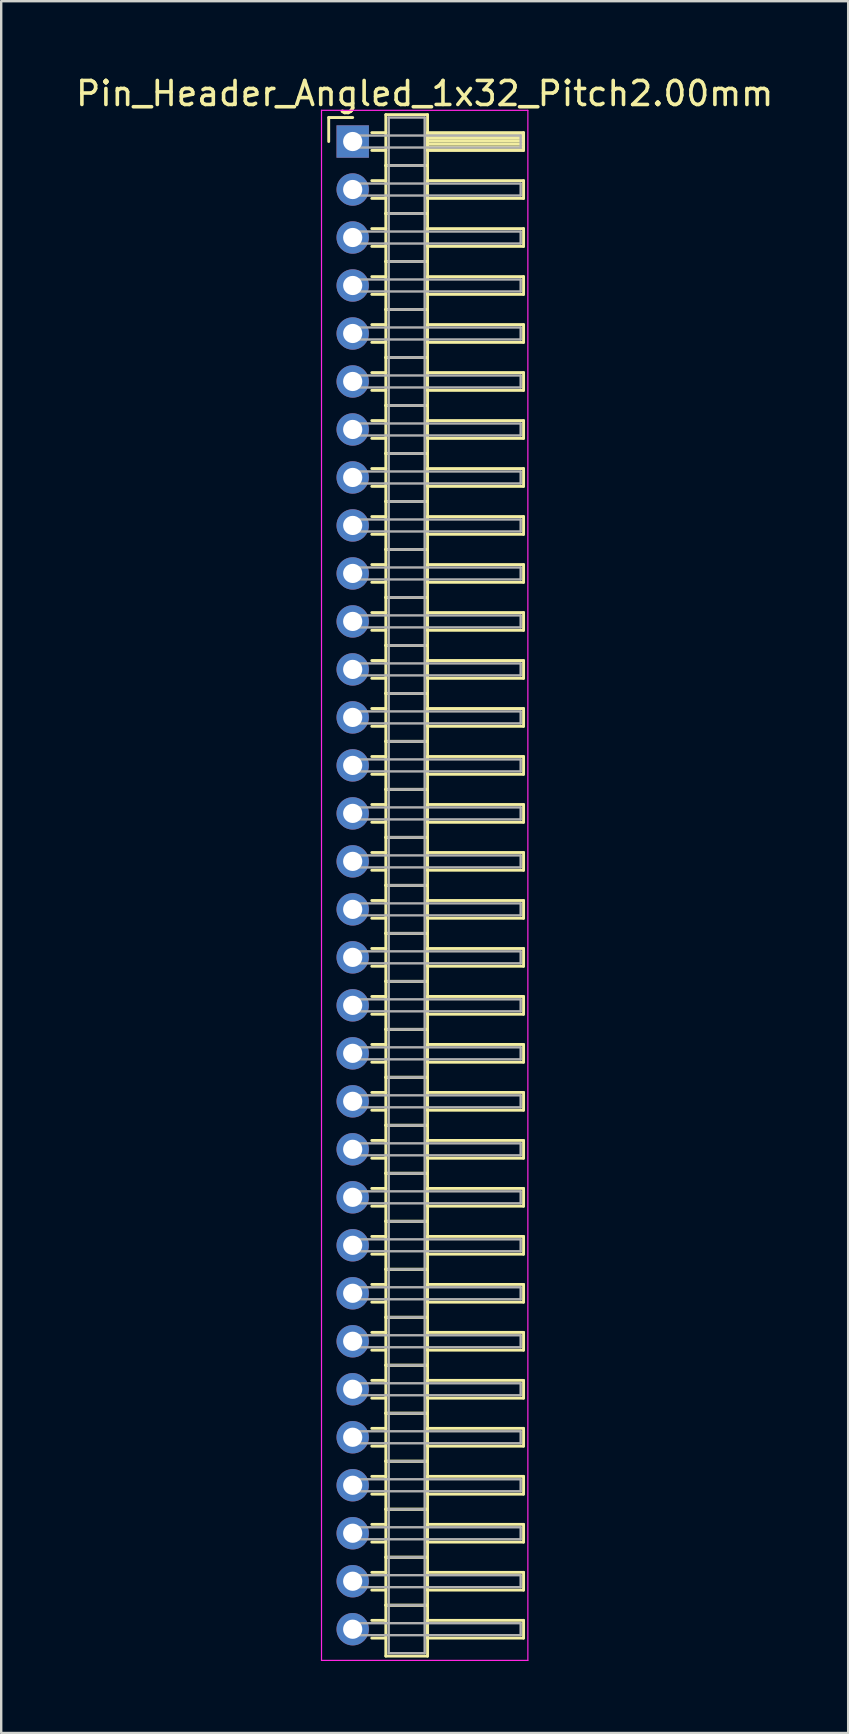
<source format=kicad_pcb>
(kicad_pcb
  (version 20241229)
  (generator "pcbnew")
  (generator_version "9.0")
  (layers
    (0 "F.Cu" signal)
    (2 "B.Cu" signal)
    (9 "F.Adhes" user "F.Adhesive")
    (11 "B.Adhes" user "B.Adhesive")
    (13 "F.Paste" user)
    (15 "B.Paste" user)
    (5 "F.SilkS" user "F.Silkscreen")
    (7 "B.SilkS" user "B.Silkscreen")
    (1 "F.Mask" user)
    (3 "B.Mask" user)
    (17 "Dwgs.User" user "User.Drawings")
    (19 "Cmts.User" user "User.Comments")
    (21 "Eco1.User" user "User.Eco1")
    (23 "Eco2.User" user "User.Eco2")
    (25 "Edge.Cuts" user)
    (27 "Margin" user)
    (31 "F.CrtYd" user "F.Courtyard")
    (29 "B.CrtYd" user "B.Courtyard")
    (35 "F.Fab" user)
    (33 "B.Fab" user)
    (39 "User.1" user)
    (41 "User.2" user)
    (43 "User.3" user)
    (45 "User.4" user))
  (footprint "Pin_Header_Angled_1x32_Pitch2.00mm"
    (layer "F.Cu")
    (at 11.649 2.848)
    (property "Reference" "Pin_Header_Angled_1x32_Pitch2.00mm" (at 3 -2 0) (layer "F.SilkS") (effects (font (size 1 1) (thickness 0.15))))
    (attr through_hole)
    (fp_line (start -1 -1) (end 0 -1) (stroke (width 0.12) (type solid)) (layer "F.SilkS"))
    (fp_line (start -1 0) (end -1 -1) (stroke (width 0.12) (type solid)) (layer "F.SilkS"))
    (fp_line (start 0.795 -0.37) (end 1.38 -0.37) (stroke (width 0.12) (type solid)) (layer "F.SilkS"))
    (fp_line (start 0.795 0.37) (end 1.38 0.37) (stroke (width 0.12) (type solid)) (layer "F.SilkS"))
    (fp_line (start 0.795 1.63) (end 1.38 1.63) (stroke (width 0.12) (type solid)) (layer "F.SilkS"))
    (fp_line (start 0.795 2.37) (end 1.38 2.37) (stroke (width 0.12) (type solid)) (layer "F.SilkS"))
    (fp_line (start 0.795 3.63) (end 1.38 3.63) (stroke (width 0.12) (type solid)) (layer "F.SilkS"))
    (fp_line (start 0.795 4.37) (end 1.38 4.37) (stroke (width 0.12) (type solid)) (layer "F.SilkS"))
    (fp_line (start 0.795 5.63) (end 1.38 5.63) (stroke (width 0.12) (type solid)) (layer "F.SilkS"))
    (fp_line (start 0.795 6.37) (end 1.38 6.37) (stroke (width 0.12) (type solid)) (layer "F.SilkS"))
    (fp_line (start 0.795 7.63) (end 1.38 7.63) (stroke (width 0.12) (type solid)) (layer "F.SilkS"))
    (fp_line (start 0.795 8.37) (end 1.38 8.37) (stroke (width 0.12) (type solid)) (layer "F.SilkS"))
    (fp_line (start 0.795 9.63) (end 1.38 9.63) (stroke (width 0.12) (type solid)) (layer "F.SilkS"))
    (fp_line (start 0.795 10.37) (end 1.38 10.37) (stroke (width 0.12) (type solid)) (layer "F.SilkS"))
    (fp_line (start 0.795 11.63) (end 1.38 11.63) (stroke (width 0.12) (type solid)) (layer "F.SilkS"))
    (fp_line (start 0.795 12.37) (end 1.38 12.37) (stroke (width 0.12) (type solid)) (layer "F.SilkS"))
    (fp_line (start 0.795 13.63) (end 1.38 13.63) (stroke (width 0.12) (type solid)) (layer "F.SilkS"))
    (fp_line (start 0.795 14.37) (end 1.38 14.37) (stroke (width 0.12) (type solid)) (layer "F.SilkS"))
    (fp_line (start 0.795 15.63) (end 1.38 15.63) (stroke (width 0.12) (type solid)) (layer "F.SilkS"))
    (fp_line (start 0.795 16.37) (end 1.38 16.37) (stroke (width 0.12) (type solid)) (layer "F.SilkS"))
    (fp_line (start 0.795 17.63) (end 1.38 17.63) (stroke (width 0.12) (type solid)) (layer "F.SilkS"))
    (fp_line (start 0.795 18.37) (end 1.38 18.37) (stroke (width 0.12) (type solid)) (layer "F.SilkS"))
    (fp_line (start 0.795 19.63) (end 1.38 19.63) (stroke (width 0.12) (type solid)) (layer "F.SilkS"))
    (fp_line (start 0.795 20.37) (end 1.38 20.37) (stroke (width 0.12) (type solid)) (layer "F.SilkS"))
    (fp_line (start 0.795 21.63) (end 1.38 21.63) (stroke (width 0.12) (type solid)) (layer "F.SilkS"))
    (fp_line (start 0.795 22.37) (end 1.38 22.37) (stroke (width 0.12) (type solid)) (layer "F.SilkS"))
    (fp_line (start 0.795 23.63) (end 1.38 23.63) (stroke (width 0.12) (type solid)) (layer "F.SilkS"))
    (fp_line (start 0.795 24.37) (end 1.38 24.37) (stroke (width 0.12) (type solid)) (layer "F.SilkS"))
    (fp_line (start 0.795 25.63) (end 1.38 25.63) (stroke (width 0.12) (type solid)) (layer "F.SilkS"))
    (fp_line (start 0.795 26.37) (end 1.38 26.37) (stroke (width 0.12) (type solid)) (layer "F.SilkS"))
    (fp_line (start 0.795 27.63) (end 1.38 27.63) (stroke (width 0.12) (type solid)) (layer "F.SilkS"))
    (fp_line (start 0.795 28.37) (end 1.38 28.37) (stroke (width 0.12) (type solid)) (layer "F.SilkS"))
    (fp_line (start 0.795 29.63) (end 1.38 29.63) (stroke (width 0.12) (type solid)) (layer "F.SilkS"))
    (fp_line (start 0.795 30.37) (end 1.38 30.37) (stroke (width 0.12) (type solid)) (layer "F.SilkS"))
    (fp_line (start 0.795 31.63) (end 1.38 31.63) (stroke (width 0.12) (type solid)) (layer "F.SilkS"))
    (fp_line (start 0.795 32.37) (end 1.38 32.37) (stroke (width 0.12) (type solid)) (layer "F.SilkS"))
    (fp_line (start 0.795 33.63) (end 1.38 33.63) (stroke (width 0.12) (type solid)) (layer "F.SilkS"))
    (fp_line (start 0.795 34.37) (end 1.38 34.37) (stroke (width 0.12) (type solid)) (layer "F.SilkS"))
    (fp_line (start 0.795 35.63) (end 1.38 35.63) (stroke (width 0.12) (type solid)) (layer "F.SilkS"))
    (fp_line (start 0.795 36.37) (end 1.38 36.37) (stroke (width 0.12) (type solid)) (layer "F.SilkS"))
    (fp_line (start 0.795 37.63) (end 1.38 37.63) (stroke (width 0.12) (type solid)) (layer "F.SilkS"))
    (fp_line (start 0.795 38.37) (end 1.38 38.37) (stroke (width 0.12) (type solid)) (layer "F.SilkS"))
    (fp_line (start 0.795 39.63) (end 1.38 39.63) (stroke (width 0.12) (type solid)) (layer "F.SilkS"))
    (fp_line (start 0.795 40.37) (end 1.38 40.37) (stroke (width 0.12) (type solid)) (layer "F.SilkS"))
    (fp_line (start 0.795 41.63) (end 1.38 41.63) (stroke (width 0.12) (type solid)) (layer "F.SilkS"))
    (fp_line (start 0.795 42.37) (end 1.38 42.37) (stroke (width 0.12) (type solid)) (layer "F.SilkS"))
    (fp_line (start 0.795 43.63) (end 1.38 43.63) (stroke (width 0.12) (type solid)) (layer "F.SilkS"))
    (fp_line (start 0.795 44.37) (end 1.38 44.37) (stroke (width 0.12) (type solid)) (layer "F.SilkS"))
    (fp_line (start 0.795 45.63) (end 1.38 45.63) (stroke (width 0.12) (type solid)) (layer "F.SilkS"))
    (fp_line (start 0.795 46.37) (end 1.38 46.37) (stroke (width 0.12) (type solid)) (layer "F.SilkS"))
    (fp_line (start 0.795 47.63) (end 1.38 47.63) (stroke (width 0.12) (type solid)) (layer "F.SilkS"))
    (fp_line (start 0.795 48.37) (end 1.38 48.37) (stroke (width 0.12) (type solid)) (layer "F.SilkS"))
    (fp_line (start 0.795 49.63) (end 1.38 49.63) (stroke (width 0.12) (type solid)) (layer "F.SilkS"))
    (fp_line (start 0.795 50.37) (end 1.38 50.37) (stroke (width 0.12) (type solid)) (layer "F.SilkS"))
    (fp_line (start 0.795 51.63) (end 1.38 51.63) (stroke (width 0.12) (type solid)) (layer "F.SilkS"))
    (fp_line (start 0.795 52.37) (end 1.38 52.37) (stroke (width 0.12) (type solid)) (layer "F.SilkS"))
    (fp_line (start 0.795 53.63) (end 1.38 53.63) (stroke (width 0.12) (type solid)) (layer "F.SilkS"))
    (fp_line (start 0.795 54.37) (end 1.38 54.37) (stroke (width 0.12) (type solid)) (layer "F.SilkS"))
    (fp_line (start 0.795 55.63) (end 1.38 55.63) (stroke (width 0.12) (type solid)) (layer "F.SilkS"))
    (fp_line (start 0.795 56.37) (end 1.38 56.37) (stroke (width 0.12) (type solid)) (layer "F.SilkS"))
    (fp_line (start 0.795 57.63) (end 1.38 57.63) (stroke (width 0.12) (type solid)) (layer "F.SilkS"))
    (fp_line (start 0.795 58.37) (end 1.38 58.37) (stroke (width 0.12) (type solid)) (layer "F.SilkS"))
    (fp_line (start 0.795 59.63) (end 1.38 59.63) (stroke (width 0.12) (type solid)) (layer "F.SilkS"))
    (fp_line (start 0.795 60.37) (end 1.38 60.37) (stroke (width 0.12) (type solid)) (layer "F.SilkS"))
    (fp_line (start 0.795 61.63) (end 1.38 61.63) (stroke (width 0.12) (type solid)) (layer "F.SilkS"))
    (fp_line (start 0.795 62.37) (end 1.38 62.37) (stroke (width 0.12) (type solid)) (layer "F.SilkS"))
    (fp_line (start 1.38 -1.12) (end 1.38 1) (stroke (width 0.12) (type solid)) (layer "F.SilkS"))
    (fp_line (start 1.38 1) (end 1.38 3) (stroke (width 0.12) (type solid)) (layer "F.SilkS"))
    (fp_line (start 1.38 1) (end 3.12 1) (stroke (width 0.12) (type solid)) (layer "F.SilkS"))
    (fp_line (start 1.38 3) (end 1.38 5) (stroke (width 0.12) (type solid)) (layer "F.SilkS"))
    (fp_line (start 1.38 3) (end 3.12 3) (stroke (width 0.12) (type solid)) (layer "F.SilkS"))
    (fp_line (start 1.38 5) (end 1.38 7) (stroke (width 0.12) (type solid)) (layer "F.SilkS"))
    (fp_line (start 1.38 5) (end 3.12 5) (stroke (width 0.12) (type solid)) (layer "F.SilkS"))
    (fp_line (start 1.38 7) (end 1.38 9) (stroke (width 0.12) (type solid)) (layer "F.SilkS"))
    (fp_line (start 1.38 7) (end 3.12 7) (stroke (width 0.12) (type solid)) (layer "F.SilkS"))
    (fp_line (start 1.38 9) (end 1.38 11) (stroke (width 0.12) (type solid)) (layer "F.SilkS"))
    (fp_line (start 1.38 9) (end 3.12 9) (stroke (width 0.12) (type solid)) (layer "F.SilkS"))
    (fp_line (start 1.38 11) (end 1.38 13) (stroke (width 0.12) (type solid)) (layer "F.SilkS"))
    (fp_line (start 1.38 11) (end 3.12 11) (stroke (width 0.12) (type solid)) (layer "F.SilkS"))
    (fp_line (start 1.38 13) (end 1.38 15) (stroke (width 0.12) (type solid)) (layer "F.SilkS"))
    (fp_line (start 1.38 13) (end 3.12 13) (stroke (width 0.12) (type solid)) (layer "F.SilkS"))
    (fp_line (start 1.38 15) (end 1.38 17) (stroke (width 0.12) (type solid)) (layer "F.SilkS"))
    (fp_line (start 1.38 15) (end 3.12 15) (stroke (width 0.12) (type solid)) (layer "F.SilkS"))
    (fp_line (start 1.38 17) (end 1.38 19) (stroke (width 0.12) (type solid)) (layer "F.SilkS"))
    (fp_line (start 1.38 17) (end 3.12 17) (stroke (width 0.12) (type solid)) (layer "F.SilkS"))
    (fp_line (start 1.38 19) (end 1.38 21) (stroke (width 0.12) (type solid)) (layer "F.SilkS"))
    (fp_line (start 1.38 19) (end 3.12 19) (stroke (width 0.12) (type solid)) (layer "F.SilkS"))
    (fp_line (start 1.38 21) (end 1.38 23) (stroke (width 0.12) (type solid)) (layer "F.SilkS"))
    (fp_line (start 1.38 21) (end 3.12 21) (stroke (width 0.12) (type solid)) (layer "F.SilkS"))
    (fp_line (start 1.38 23) (end 1.38 25) (stroke (width 0.12) (type solid)) (layer "F.SilkS"))
    (fp_line (start 1.38 23) (end 3.12 23) (stroke (width 0.12) (type solid)) (layer "F.SilkS"))
    (fp_line (start 1.38 25) (end 1.38 27) (stroke (width 0.12) (type solid)) (layer "F.SilkS"))
    (fp_line (start 1.38 25) (end 3.12 25) (stroke (width 0.12) (type solid)) (layer "F.SilkS"))
    (fp_line (start 1.38 27) (end 1.38 29) (stroke (width 0.12) (type solid)) (layer "F.SilkS"))
    (fp_line (start 1.38 27) (end 3.12 27) (stroke (width 0.12) (type solid)) (layer "F.SilkS"))
    (fp_line (start 1.38 29) (end 1.38 31) (stroke (width 0.12) (type solid)) (layer "F.SilkS"))
    (fp_line (start 1.38 29) (end 3.12 29) (stroke (width 0.12) (type solid)) (layer "F.SilkS"))
    (fp_line (start 1.38 31) (end 1.38 33) (stroke (width 0.12) (type solid)) (layer "F.SilkS"))
    (fp_line (start 1.38 31) (end 3.12 31) (stroke (width 0.12) (type solid)) (layer "F.SilkS"))
    (fp_line (start 1.38 33) (end 1.38 35) (stroke (width 0.12) (type solid)) (layer "F.SilkS"))
    (fp_line (start 1.38 33) (end 3.12 33) (stroke (width 0.12) (type solid)) (layer "F.SilkS"))
    (fp_line (start 1.38 35) (end 1.38 37) (stroke (width 0.12) (type solid)) (layer "F.SilkS"))
    (fp_line (start 1.38 35) (end 3.12 35) (stroke (width 0.12) (type solid)) (layer "F.SilkS"))
    (fp_line (start 1.38 37) (end 1.38 39) (stroke (width 0.12) (type solid)) (layer "F.SilkS"))
    (fp_line (start 1.38 37) (end 3.12 37) (stroke (width 0.12) (type solid)) (layer "F.SilkS"))
    (fp_line (start 1.38 39) (end 1.38 41) (stroke (width 0.12) (type solid)) (layer "F.SilkS"))
    (fp_line (start 1.38 39) (end 3.12 39) (stroke (width 0.12) (type solid)) (layer "F.SilkS"))
    (fp_line (start 1.38 41) (end 1.38 43) (stroke (width 0.12) (type solid)) (layer "F.SilkS"))
    (fp_line (start 1.38 41) (end 3.12 41) (stroke (width 0.12) (type solid)) (layer "F.SilkS"))
    (fp_line (start 1.38 43) (end 1.38 45) (stroke (width 0.12) (type solid)) (layer "F.SilkS"))
    (fp_line (start 1.38 43) (end 3.12 43) (stroke (width 0.12) (type solid)) (layer "F.SilkS"))
    (fp_line (start 1.38 45) (end 1.38 47) (stroke (width 0.12) (type solid)) (layer "F.SilkS"))
    (fp_line (start 1.38 45) (end 3.12 45) (stroke (width 0.12) (type solid)) (layer "F.SilkS"))
    (fp_line (start 1.38 47) (end 1.38 49) (stroke (width 0.12) (type solid)) (layer "F.SilkS"))
    (fp_line (start 1.38 47) (end 3.12 47) (stroke (width 0.12) (type solid)) (layer "F.SilkS"))
    (fp_line (start 1.38 49) (end 1.38 51) (stroke (width 0.12) (type solid)) (layer "F.SilkS"))
    (fp_line (start 1.38 49) (end 3.12 49) (stroke (width 0.12) (type solid)) (layer "F.SilkS"))
    (fp_line (start 1.38 51) (end 1.38 53) (stroke (width 0.12) (type solid)) (layer "F.SilkS"))
    (fp_line (start 1.38 51) (end 3.12 51) (stroke (width 0.12) (type solid)) (layer "F.SilkS"))
    (fp_line (start 1.38 53) (end 1.38 55) (stroke (width 0.12) (type solid)) (layer "F.SilkS"))
    (fp_line (start 1.38 53) (end 3.12 53) (stroke (width 0.12) (type solid)) (layer "F.SilkS"))
    (fp_line (start 1.38 55) (end 1.38 57) (stroke (width 0.12) (type solid)) (layer "F.SilkS"))
    (fp_line (start 1.38 55) (end 3.12 55) (stroke (width 0.12) (type solid)) (layer "F.SilkS"))
    (fp_line (start 1.38 57) (end 1.38 59) (stroke (width 0.12) (type solid)) (layer "F.SilkS"))
    (fp_line (start 1.38 57) (end 3.12 57) (stroke (width 0.12) (type solid)) (layer "F.SilkS"))
    (fp_line (start 1.38 59) (end 1.38 61) (stroke (width 0.12) (type solid)) (layer "F.SilkS"))
    (fp_line (start 1.38 59) (end 3.12 59) (stroke (width 0.12) (type solid)) (layer "F.SilkS"))
    (fp_line (start 1.38 61) (end 1.38 63.12) (stroke (width 0.12) (type solid)) (layer "F.SilkS"))
    (fp_line (start 1.38 61) (end 3.12 61) (stroke (width 0.12) (type solid)) (layer "F.SilkS"))
    (fp_line (start 1.38 63.12) (end 3.12 63.12) (stroke (width 0.12) (type solid)) (layer "F.SilkS"))
    (fp_line (start 3.12 -1.12) (end 1.38 -1.12) (stroke (width 0.12) (type solid)) (layer "F.SilkS"))
    (fp_line (start 3.12 -0.37) (end 3.12 0.37) (stroke (width 0.12) (type solid)) (layer "F.SilkS"))
    (fp_line (start 3.12 -0.25) (end 7.12 -0.25) (stroke (width 0.12) (type solid)) (layer "F.SilkS"))
    (fp_line (start 3.12 -0.13) (end 7.12 -0.13) (stroke (width 0.12) (type solid)) (layer "F.SilkS"))
    (fp_line (start 3.12 -0.01) (end 7.12 -0.01) (stroke (width 0.12) (type solid)) (layer "F.SilkS"))
    (fp_line (start 3.12 0.11) (end 7.12 0.11) (stroke (width 0.12) (type solid)) (layer "F.SilkS"))
    (fp_line (start 3.12 0.23) (end 7.12 0.23) (stroke (width 0.12) (type solid)) (layer "F.SilkS"))
    (fp_line (start 3.12 0.35) (end 7.12 0.35) (stroke (width 0.12) (type solid)) (layer "F.SilkS"))
    (fp_line (start 3.12 0.37) (end 7.12 0.37) (stroke (width 0.12) (type solid)) (layer "F.SilkS"))
    (fp_line (start 3.12 1) (end 1.38 1) (stroke (width 0.12) (type solid)) (layer "F.SilkS"))
    (fp_line (start 3.12 1) (end 3.12 -1.12) (stroke (width 0.12) (type solid)) (layer "F.SilkS"))
    (fp_line (start 3.12 1.63) (end 3.12 2.37) (stroke (width 0.12) (type solid)) (layer "F.SilkS"))
    (fp_line (start 3.12 2.37) (end 7.12 2.37) (stroke (width 0.12) (type solid)) (layer "F.SilkS"))
    (fp_line (start 3.12 3) (end 1.38 3) (stroke (width 0.12) (type solid)) (layer "F.SilkS"))
    (fp_line (start 3.12 3) (end 3.12 1) (stroke (width 0.12) (type solid)) (layer "F.SilkS"))
    (fp_line (start 3.12 3.63) (end 3.12 4.37) (stroke (width 0.12) (type solid)) (layer "F.SilkS"))
    (fp_line (start 3.12 4.37) (end 7.12 4.37) (stroke (width 0.12) (type solid)) (layer "F.SilkS"))
    (fp_line (start 3.12 5) (end 1.38 5) (stroke (width 0.12) (type solid)) (layer "F.SilkS"))
    (fp_line (start 3.12 5) (end 3.12 3) (stroke (width 0.12) (type solid)) (layer "F.SilkS"))
    (fp_line (start 3.12 5.63) (end 3.12 6.37) (stroke (width 0.12) (type solid)) (layer "F.SilkS"))
    (fp_line (start 3.12 6.37) (end 7.12 6.37) (stroke (width 0.12) (type solid)) (layer "F.SilkS"))
    (fp_line (start 3.12 7) (end 1.38 7) (stroke (width 0.12) (type solid)) (layer "F.SilkS"))
    (fp_line (start 3.12 7) (end 3.12 5) (stroke (width 0.12) (type solid)) (layer "F.SilkS"))
    (fp_line (start 3.12 7.63) (end 3.12 8.37) (stroke (width 0.12) (type solid)) (layer "F.SilkS"))
    (fp_line (start 3.12 8.37) (end 7.12 8.37) (stroke (width 0.12) (type solid)) (layer "F.SilkS"))
    (fp_line (start 3.12 9) (end 1.38 9) (stroke (width 0.12) (type solid)) (layer "F.SilkS"))
    (fp_line (start 3.12 9) (end 3.12 7) (stroke (width 0.12) (type solid)) (layer "F.SilkS"))
    (fp_line (start 3.12 9.63) (end 3.12 10.37) (stroke (width 0.12) (type solid)) (layer "F.SilkS"))
    (fp_line (start 3.12 10.37) (end 7.12 10.37) (stroke (width 0.12) (type solid)) (layer "F.SilkS"))
    (fp_line (start 3.12 11) (end 1.38 11) (stroke (width 0.12) (type solid)) (layer "F.SilkS"))
    (fp_line (start 3.12 11) (end 3.12 9) (stroke (width 0.12) (type solid)) (layer "F.SilkS"))
    (fp_line (start 3.12 11.63) (end 3.12 12.37) (stroke (width 0.12) (type solid)) (layer "F.SilkS"))
    (fp_line (start 3.12 12.37) (end 7.12 12.37) (stroke (width 0.12) (type solid)) (layer "F.SilkS"))
    (fp_line (start 3.12 13) (end 1.38 13) (stroke (width 0.12) (type solid)) (layer "F.SilkS"))
    (fp_line (start 3.12 13) (end 3.12 11) (stroke (width 0.12) (type solid)) (layer "F.SilkS"))
    (fp_line (start 3.12 13.63) (end 3.12 14.37) (stroke (width 0.12) (type solid)) (layer "F.SilkS"))
    (fp_line (start 3.12 14.37) (end 7.12 14.37) (stroke (width 0.12) (type solid)) (layer "F.SilkS"))
    (fp_line (start 3.12 15) (end 1.38 15) (stroke (width 0.12) (type solid)) (layer "F.SilkS"))
    (fp_line (start 3.12 15) (end 3.12 13) (stroke (width 0.12) (type solid)) (layer "F.SilkS"))
    (fp_line (start 3.12 15.63) (end 3.12 16.37) (stroke (width 0.12) (type solid)) (layer "F.SilkS"))
    (fp_line (start 3.12 16.37) (end 7.12 16.37) (stroke (width 0.12) (type solid)) (layer "F.SilkS"))
    (fp_line (start 3.12 17) (end 1.38 17) (stroke (width 0.12) (type solid)) (layer "F.SilkS"))
    (fp_line (start 3.12 17) (end 3.12 15) (stroke (width 0.12) (type solid)) (layer "F.SilkS"))
    (fp_line (start 3.12 17.63) (end 3.12 18.37) (stroke (width 0.12) (type solid)) (layer "F.SilkS"))
    (fp_line (start 3.12 18.37) (end 7.12 18.37) (stroke (width 0.12) (type solid)) (layer "F.SilkS"))
    (fp_line (start 3.12 19) (end 1.38 19) (stroke (width 0.12) (type solid)) (layer "F.SilkS"))
    (fp_line (start 3.12 19) (end 3.12 17) (stroke (width 0.12) (type solid)) (layer "F.SilkS"))
    (fp_line (start 3.12 19.63) (end 3.12 20.37) (stroke (width 0.12) (type solid)) (layer "F.SilkS"))
    (fp_line (start 3.12 20.37) (end 7.12 20.37) (stroke (width 0.12) (type solid)) (layer "F.SilkS"))
    (fp_line (start 3.12 21) (end 1.38 21) (stroke (width 0.12) (type solid)) (layer "F.SilkS"))
    (fp_line (start 3.12 21) (end 3.12 19) (stroke (width 0.12) (type solid)) (layer "F.SilkS"))
    (fp_line (start 3.12 21.63) (end 3.12 22.37) (stroke (width 0.12) (type solid)) (layer "F.SilkS"))
    (fp_line (start 3.12 22.37) (end 7.12 22.37) (stroke (width 0.12) (type solid)) (layer "F.SilkS"))
    (fp_line (start 3.12 23) (end 1.38 23) (stroke (width 0.12) (type solid)) (layer "F.SilkS"))
    (fp_line (start 3.12 23) (end 3.12 21) (stroke (width 0.12) (type solid)) (layer "F.SilkS"))
    (fp_line (start 3.12 23.63) (end 3.12 24.37) (stroke (width 0.12) (type solid)) (layer "F.SilkS"))
    (fp_line (start 3.12 24.37) (end 7.12 24.37) (stroke (width 0.12) (type solid)) (layer "F.SilkS"))
    (fp_line (start 3.12 25) (end 1.38 25) (stroke (width 0.12) (type solid)) (layer "F.SilkS"))
    (fp_line (start 3.12 25) (end 3.12 23) (stroke (width 0.12) (type solid)) (layer "F.SilkS"))
    (fp_line (start 3.12 25.63) (end 3.12 26.37) (stroke (width 0.12) (type solid)) (layer "F.SilkS"))
    (fp_line (start 3.12 26.37) (end 7.12 26.37) (stroke (width 0.12) (type solid)) (layer "F.SilkS"))
    (fp_line (start 3.12 27) (end 1.38 27) (stroke (width 0.12) (type solid)) (layer "F.SilkS"))
    (fp_line (start 3.12 27) (end 3.12 25) (stroke (width 0.12) (type solid)) (layer "F.SilkS"))
    (fp_line (start 3.12 27.63) (end 3.12 28.37) (stroke (width 0.12) (type solid)) (layer "F.SilkS"))
    (fp_line (start 3.12 28.37) (end 7.12 28.37) (stroke (width 0.12) (type solid)) (layer "F.SilkS"))
    (fp_line (start 3.12 29) (end 1.38 29) (stroke (width 0.12) (type solid)) (layer "F.SilkS"))
    (fp_line (start 3.12 29) (end 3.12 27) (stroke (width 0.12) (type solid)) (layer "F.SilkS"))
    (fp_line (start 3.12 29.63) (end 3.12 30.37) (stroke (width 0.12) (type solid)) (layer "F.SilkS"))
    (fp_line (start 3.12 30.37) (end 7.12 30.37) (stroke (width 0.12) (type solid)) (layer "F.SilkS"))
    (fp_line (start 3.12 31) (end 1.38 31) (stroke (width 0.12) (type solid)) (layer "F.SilkS"))
    (fp_line (start 3.12 31) (end 3.12 29) (stroke (width 0.12) (type solid)) (layer "F.SilkS"))
    (fp_line (start 3.12 31.63) (end 3.12 32.37) (stroke (width 0.12) (type solid)) (layer "F.SilkS"))
    (fp_line (start 3.12 32.37) (end 7.12 32.37) (stroke (width 0.12) (type solid)) (layer "F.SilkS"))
    (fp_line (start 3.12 33) (end 1.38 33) (stroke (width 0.12) (type solid)) (layer "F.SilkS"))
    (fp_line (start 3.12 33) (end 3.12 31) (stroke (width 0.12) (type solid)) (layer "F.SilkS"))
    (fp_line (start 3.12 33.63) (end 3.12 34.37) (stroke (width 0.12) (type solid)) (layer "F.SilkS"))
    (fp_line (start 3.12 34.37) (end 7.12 34.37) (stroke (width 0.12) (type solid)) (layer "F.SilkS"))
    (fp_line (start 3.12 35) (end 1.38 35) (stroke (width 0.12) (type solid)) (layer "F.SilkS"))
    (fp_line (start 3.12 35) (end 3.12 33) (stroke (width 0.12) (type solid)) (layer "F.SilkS"))
    (fp_line (start 3.12 35.63) (end 3.12 36.37) (stroke (width 0.12) (type solid)) (layer "F.SilkS"))
    (fp_line (start 3.12 36.37) (end 7.12 36.37) (stroke (width 0.12) (type solid)) (layer "F.SilkS"))
    (fp_line (start 3.12 37) (end 1.38 37) (stroke (width 0.12) (type solid)) (layer "F.SilkS"))
    (fp_line (start 3.12 37) (end 3.12 35) (stroke (width 0.12) (type solid)) (layer "F.SilkS"))
    (fp_line (start 3.12 37.63) (end 3.12 38.37) (stroke (width 0.12) (type solid)) (layer "F.SilkS"))
    (fp_line (start 3.12 38.37) (end 7.12 38.37) (stroke (width 0.12) (type solid)) (layer "F.SilkS"))
    (fp_line (start 3.12 39) (end 1.38 39) (stroke (width 0.12) (type solid)) (layer "F.SilkS"))
    (fp_line (start 3.12 39) (end 3.12 37) (stroke (width 0.12) (type solid)) (layer "F.SilkS"))
    (fp_line (start 3.12 39.63) (end 3.12 40.37) (stroke (width 0.12) (type solid)) (layer "F.SilkS"))
    (fp_line (start 3.12 40.37) (end 7.12 40.37) (stroke (width 0.12) (type solid)) (layer "F.SilkS"))
    (fp_line (start 3.12 41) (end 1.38 41) (stroke (width 0.12) (type solid)) (layer "F.SilkS"))
    (fp_line (start 3.12 41) (end 3.12 39) (stroke (width 0.12) (type solid)) (layer "F.SilkS"))
    (fp_line (start 3.12 41.63) (end 3.12 42.37) (stroke (width 0.12) (type solid)) (layer "F.SilkS"))
    (fp_line (start 3.12 42.37) (end 7.12 42.37) (stroke (width 0.12) (type solid)) (layer "F.SilkS"))
    (fp_line (start 3.12 43) (end 1.38 43) (stroke (width 0.12) (type solid)) (layer "F.SilkS"))
    (fp_line (start 3.12 43) (end 3.12 41) (stroke (width 0.12) (type solid)) (layer "F.SilkS"))
    (fp_line (start 3.12 43.63) (end 3.12 44.37) (stroke (width 0.12) (type solid)) (layer "F.SilkS"))
    (fp_line (start 3.12 44.37) (end 7.12 44.37) (stroke (width 0.12) (type solid)) (layer "F.SilkS"))
    (fp_line (start 3.12 45) (end 1.38 45) (stroke (width 0.12) (type solid)) (layer "F.SilkS"))
    (fp_line (start 3.12 45) (end 3.12 43) (stroke (width 0.12) (type solid)) (layer "F.SilkS"))
    (fp_line (start 3.12 45.63) (end 3.12 46.37) (stroke (width 0.12) (type solid)) (layer "F.SilkS"))
    (fp_line (start 3.12 46.37) (end 7.12 46.37) (stroke (width 0.12) (type solid)) (layer "F.SilkS"))
    (fp_line (start 3.12 47) (end 1.38 47) (stroke (width 0.12) (type solid)) (layer "F.SilkS"))
    (fp_line (start 3.12 47) (end 3.12 45) (stroke (width 0.12) (type solid)) (layer "F.SilkS"))
    (fp_line (start 3.12 47.63) (end 3.12 48.37) (stroke (width 0.12) (type solid)) (layer "F.SilkS"))
    (fp_line (start 3.12 48.37) (end 7.12 48.37) (stroke (width 0.12) (type solid)) (layer "F.SilkS"))
    (fp_line (start 3.12 49) (end 1.38 49) (stroke (width 0.12) (type solid)) (layer "F.SilkS"))
    (fp_line (start 3.12 49) (end 3.12 47) (stroke (width 0.12) (type solid)) (layer "F.SilkS"))
    (fp_line (start 3.12 49.63) (end 3.12 50.37) (stroke (width 0.12) (type solid)) (layer "F.SilkS"))
    (fp_line (start 3.12 50.37) (end 7.12 50.37) (stroke (width 0.12) (type solid)) (layer "F.SilkS"))
    (fp_line (start 3.12 51) (end 1.38 51) (stroke (width 0.12) (type solid)) (layer "F.SilkS"))
    (fp_line (start 3.12 51) (end 3.12 49) (stroke (width 0.12) (type solid)) (layer "F.SilkS"))
    (fp_line (start 3.12 51.63) (end 3.12 52.37) (stroke (width 0.12) (type solid)) (layer "F.SilkS"))
    (fp_line (start 3.12 52.37) (end 7.12 52.37) (stroke (width 0.12) (type solid)) (layer "F.SilkS"))
    (fp_line (start 3.12 53) (end 1.38 53) (stroke (width 0.12) (type solid)) (layer "F.SilkS"))
    (fp_line (start 3.12 53) (end 3.12 51) (stroke (width 0.12) (type solid)) (layer "F.SilkS"))
    (fp_line (start 3.12 53.63) (end 3.12 54.37) (stroke (width 0.12) (type solid)) (layer "F.SilkS"))
    (fp_line (start 3.12 54.37) (end 7.12 54.37) (stroke (width 0.12) (type solid)) (layer "F.SilkS"))
    (fp_line (start 3.12 55) (end 1.38 55) (stroke (width 0.12) (type solid)) (layer "F.SilkS"))
    (fp_line (start 3.12 55) (end 3.12 53) (stroke (width 0.12) (type solid)) (layer "F.SilkS"))
    (fp_line (start 3.12 55.63) (end 3.12 56.37) (stroke (width 0.12) (type solid)) (layer "F.SilkS"))
    (fp_line (start 3.12 56.37) (end 7.12 56.37) (stroke (width 0.12) (type solid)) (layer "F.SilkS"))
    (fp_line (start 3.12 57) (end 1.38 57) (stroke (width 0.12) (type solid)) (layer "F.SilkS"))
    (fp_line (start 3.12 57) (end 3.12 55) (stroke (width 0.12) (type solid)) (layer "F.SilkS"))
    (fp_line (start 3.12 57.63) (end 3.12 58.37) (stroke (width 0.12) (type solid)) (layer "F.SilkS"))
    (fp_line (start 3.12 58.37) (end 7.12 58.37) (stroke (width 0.12) (type solid)) (layer "F.SilkS"))
    (fp_line (start 3.12 59) (end 1.38 59) (stroke (width 0.12) (type solid)) (layer "F.SilkS"))
    (fp_line (start 3.12 59) (end 3.12 57) (stroke (width 0.12) (type solid)) (layer "F.SilkS"))
    (fp_line (start 3.12 59.63) (end 3.12 60.37) (stroke (width 0.12) (type solid)) (layer "F.SilkS"))
    (fp_line (start 3.12 60.37) (end 7.12 60.37) (stroke (width 0.12) (type solid)) (layer "F.SilkS"))
    (fp_line (start 3.12 61) (end 1.38 61) (stroke (width 0.12) (type solid)) (layer "F.SilkS"))
    (fp_line (start 3.12 61) (end 3.12 59) (stroke (width 0.12) (type solid)) (layer "F.SilkS"))
    (fp_line (start 3.12 61.63) (end 3.12 62.37) (stroke (width 0.12) (type solid)) (layer "F.SilkS"))
    (fp_line (start 3.12 62.37) (end 7.12 62.37) (stroke (width 0.12) (type solid)) (layer "F.SilkS"))
    (fp_line (start 3.12 63.12) (end 3.12 61) (stroke (width 0.12) (type solid)) (layer "F.SilkS"))
    (fp_line (start 7.12 -0.37) (end 3.12 -0.37) (stroke (width 0.12) (type solid)) (layer "F.SilkS"))
    (fp_line (start 7.12 0.37) (end 7.12 -0.37) (stroke (width 0.12) (type solid)) (layer "F.SilkS"))
    (fp_line (start 7.12 1.63) (end 3.12 1.63) (stroke (width 0.12) (type solid)) (layer "F.SilkS"))
    (fp_line (start 7.12 2.37) (end 7.12 1.63) (stroke (width 0.12) (type solid)) (layer "F.SilkS"))
    (fp_line (start 7.12 3.63) (end 3.12 3.63) (stroke (width 0.12) (type solid)) (layer "F.SilkS"))
    (fp_line (start 7.12 4.37) (end 7.12 3.63) (stroke (width 0.12) (type solid)) (layer "F.SilkS"))
    (fp_line (start 7.12 5.63) (end 3.12 5.63) (stroke (width 0.12) (type solid)) (layer "F.SilkS"))
    (fp_line (start 7.12 6.37) (end 7.12 5.63) (stroke (width 0.12) (type solid)) (layer "F.SilkS"))
    (fp_line (start 7.12 7.63) (end 3.12 7.63) (stroke (width 0.12) (type solid)) (layer "F.SilkS"))
    (fp_line (start 7.12 8.37) (end 7.12 7.63) (stroke (width 0.12) (type solid)) (layer "F.SilkS"))
    (fp_line (start 7.12 9.63) (end 3.12 9.63) (stroke (width 0.12) (type solid)) (layer "F.SilkS"))
    (fp_line (start 7.12 10.37) (end 7.12 9.63) (stroke (width 0.12) (type solid)) (layer "F.SilkS"))
    (fp_line (start 7.12 11.63) (end 3.12 11.63) (stroke (width 0.12) (type solid)) (layer "F.SilkS"))
    (fp_line (start 7.12 12.37) (end 7.12 11.63) (stroke (width 0.12) (type solid)) (layer "F.SilkS"))
    (fp_line (start 7.12 13.63) (end 3.12 13.63) (stroke (width 0.12) (type solid)) (layer "F.SilkS"))
    (fp_line (start 7.12 14.37) (end 7.12 13.63) (stroke (width 0.12) (type solid)) (layer "F.SilkS"))
    (fp_line (start 7.12 15.63) (end 3.12 15.63) (stroke (width 0.12) (type solid)) (layer "F.SilkS"))
    (fp_line (start 7.12 16.37) (end 7.12 15.63) (stroke (width 0.12) (type solid)) (layer "F.SilkS"))
    (fp_line (start 7.12 17.63) (end 3.12 17.63) (stroke (width 0.12) (type solid)) (layer "F.SilkS"))
    (fp_line (start 7.12 18.37) (end 7.12 17.63) (stroke (width 0.12) (type solid)) (layer "F.SilkS"))
    (fp_line (start 7.12 19.63) (end 3.12 19.63) (stroke (width 0.12) (type solid)) (layer "F.SilkS"))
    (fp_line (start 7.12 20.37) (end 7.12 19.63) (stroke (width 0.12) (type solid)) (layer "F.SilkS"))
    (fp_line (start 7.12 21.63) (end 3.12 21.63) (stroke (width 0.12) (type solid)) (layer "F.SilkS"))
    (fp_line (start 7.12 22.37) (end 7.12 21.63) (stroke (width 0.12) (type solid)) (layer "F.SilkS"))
    (fp_line (start 7.12 23.63) (end 3.12 23.63) (stroke (width 0.12) (type solid)) (layer "F.SilkS"))
    (fp_line (start 7.12 24.37) (end 7.12 23.63) (stroke (width 0.12) (type solid)) (layer "F.SilkS"))
    (fp_line (start 7.12 25.63) (end 3.12 25.63) (stroke (width 0.12) (type solid)) (layer "F.SilkS"))
    (fp_line (start 7.12 26.37) (end 7.12 25.63) (stroke (width 0.12) (type solid)) (layer "F.SilkS"))
    (fp_line (start 7.12 27.63) (end 3.12 27.63) (stroke (width 0.12) (type solid)) (layer "F.SilkS"))
    (fp_line (start 7.12 28.37) (end 7.12 27.63) (stroke (width 0.12) (type solid)) (layer "F.SilkS"))
    (fp_line (start 7.12 29.63) (end 3.12 29.63) (stroke (width 0.12) (type solid)) (layer "F.SilkS"))
    (fp_line (start 7.12 30.37) (end 7.12 29.63) (stroke (width 0.12) (type solid)) (layer "F.SilkS"))
    (fp_line (start 7.12 31.63) (end 3.12 31.63) (stroke (width 0.12) (type solid)) (layer "F.SilkS"))
    (fp_line (start 7.12 32.37) (end 7.12 31.63) (stroke (width 0.12) (type solid)) (layer "F.SilkS"))
    (fp_line (start 7.12 33.63) (end 3.12 33.63) (stroke (width 0.12) (type solid)) (layer "F.SilkS"))
    (fp_line (start 7.12 34.37) (end 7.12 33.63) (stroke (width 0.12) (type solid)) (layer "F.SilkS"))
    (fp_line (start 7.12 35.63) (end 3.12 35.63) (stroke (width 0.12) (type solid)) (layer "F.SilkS"))
    (fp_line (start 7.12 36.37) (end 7.12 35.63) (stroke (width 0.12) (type solid)) (layer "F.SilkS"))
    (fp_line (start 7.12 37.63) (end 3.12 37.63) (stroke (width 0.12) (type solid)) (layer "F.SilkS"))
    (fp_line (start 7.12 38.37) (end 7.12 37.63) (stroke (width 0.12) (type solid)) (layer "F.SilkS"))
    (fp_line (start 7.12 39.63) (end 3.12 39.63) (stroke (width 0.12) (type solid)) (layer "F.SilkS"))
    (fp_line (start 7.12 40.37) (end 7.12 39.63) (stroke (width 0.12) (type solid)) (layer "F.SilkS"))
    (fp_line (start 7.12 41.63) (end 3.12 41.63) (stroke (width 0.12) (type solid)) (layer "F.SilkS"))
    (fp_line (start 7.12 42.37) (end 7.12 41.63) (stroke (width 0.12) (type solid)) (layer "F.SilkS"))
    (fp_line (start 7.12 43.63) (end 3.12 43.63) (stroke (width 0.12) (type solid)) (layer "F.SilkS"))
    (fp_line (start 7.12 44.37) (end 7.12 43.63) (stroke (width 0.12) (type solid)) (layer "F.SilkS"))
    (fp_line (start 7.12 45.63) (end 3.12 45.63) (stroke (width 0.12) (type solid)) (layer "F.SilkS"))
    (fp_line (start 7.12 46.37) (end 7.12 45.63) (stroke (width 0.12) (type solid)) (layer "F.SilkS"))
    (fp_line (start 7.12 47.63) (end 3.12 47.63) (stroke (width 0.12) (type solid)) (layer "F.SilkS"))
    (fp_line (start 7.12 48.37) (end 7.12 47.63) (stroke (width 0.12) (type solid)) (layer "F.SilkS"))
    (fp_line (start 7.12 49.63) (end 3.12 49.63) (stroke (width 0.12) (type solid)) (layer "F.SilkS"))
    (fp_line (start 7.12 50.37) (end 7.12 49.63) (stroke (width 0.12) (type solid)) (layer "F.SilkS"))
    (fp_line (start 7.12 51.63) (end 3.12 51.63) (stroke (width 0.12) (type solid)) (layer "F.SilkS"))
    (fp_line (start 7.12 52.37) (end 7.12 51.63) (stroke (width 0.12) (type solid)) (layer "F.SilkS"))
    (fp_line (start 7.12 53.63) (end 3.12 53.63) (stroke (width 0.12) (type solid)) (layer "F.SilkS"))
    (fp_line (start 7.12 54.37) (end 7.12 53.63) (stroke (width 0.12) (type solid)) (layer "F.SilkS"))
    (fp_line (start 7.12 55.63) (end 3.12 55.63) (stroke (width 0.12) (type solid)) (layer "F.SilkS"))
    (fp_line (start 7.12 56.37) (end 7.12 55.63) (stroke (width 0.12) (type solid)) (layer "F.SilkS"))
    (fp_line (start 7.12 57.63) (end 3.12 57.63) (stroke (width 0.12) (type solid)) (layer "F.SilkS"))
    (fp_line (start 7.12 58.37) (end 7.12 57.63) (stroke (width 0.12) (type solid)) (layer "F.SilkS"))
    (fp_line (start 7.12 59.63) (end 3.12 59.63) (stroke (width 0.12) (type solid)) (layer "F.SilkS"))
    (fp_line (start 7.12 60.37) (end 7.12 59.63) (stroke (width 0.12) (type solid)) (layer "F.SilkS"))
    (fp_line (start 7.12 61.63) (end 3.12 61.63) (stroke (width 0.12) (type solid)) (layer "F.SilkS"))
    (fp_line (start 7.12 62.37) (end 7.12 61.63) (stroke (width 0.12) (type solid)) (layer "F.SilkS"))
    (fp_line (start -1.3 -1.3) (end -1.3 63.3) (stroke (width 0.05) (type solid)) (layer "F.CrtYd"))
    (fp_line (start -1.3 63.3) (end 7.3 63.3) (stroke (width 0.05) (type solid)) (layer "F.CrtYd"))
    (fp_line (start 7.3 -1.3) (end -1.3 -1.3) (stroke (width 0.05) (type solid)) (layer "F.CrtYd"))
    (fp_line (start 7.3 63.3) (end 7.3 -1.3) (stroke (width 0.05) (type solid)) (layer "F.CrtYd"))
    (fp_line (start 0 -0.25) (end 0 0.25) (stroke (width 0.1) (type solid)) (layer "F.Fab"))
    (fp_line (start 0 0.25) (end 7 0.25) (stroke (width 0.1) (type solid)) (layer "F.Fab"))
    (fp_line (start 0 1.75) (end 0 2.25) (stroke (width 0.1) (type solid)) (layer "F.Fab"))
    (fp_line (start 0 2.25) (end 7 2.25) (stroke (width 0.1) (type solid)) (layer "F.Fab"))
    (fp_line (start 0 3.75) (end 0 4.25) (stroke (width 0.1) (type solid)) (layer "F.Fab"))
    (fp_line (start 0 4.25) (end 7 4.25) (stroke (width 0.1) (type solid)) (layer "F.Fab"))
    (fp_line (start 0 5.75) (end 0 6.25) (stroke (width 0.1) (type solid)) (layer "F.Fab"))
    (fp_line (start 0 6.25) (end 7 6.25) (stroke (width 0.1) (type solid)) (layer "F.Fab"))
    (fp_line (start 0 7.75) (end 0 8.25) (stroke (width 0.1) (type solid)) (layer "F.Fab"))
    (fp_line (start 0 8.25) (end 7 8.25) (stroke (width 0.1) (type solid)) (layer "F.Fab"))
    (fp_line (start 0 9.75) (end 0 10.25) (stroke (width 0.1) (type solid)) (layer "F.Fab"))
    (fp_line (start 0 10.25) (end 7 10.25) (stroke (width 0.1) (type solid)) (layer "F.Fab"))
    (fp_line (start 0 11.75) (end 0 12.25) (stroke (width 0.1) (type solid)) (layer "F.Fab"))
    (fp_line (start 0 12.25) (end 7 12.25) (stroke (width 0.1) (type solid)) (layer "F.Fab"))
    (fp_line (start 0 13.75) (end 0 14.25) (stroke (width 0.1) (type solid)) (layer "F.Fab"))
    (fp_line (start 0 14.25) (end 7 14.25) (stroke (width 0.1) (type solid)) (layer "F.Fab"))
    (fp_line (start 0 15.75) (end 0 16.25) (stroke (width 0.1) (type solid)) (layer "F.Fab"))
    (fp_line (start 0 16.25) (end 7 16.25) (stroke (width 0.1) (type solid)) (layer "F.Fab"))
    (fp_line (start 0 17.75) (end 0 18.25) (stroke (width 0.1) (type solid)) (layer "F.Fab"))
    (fp_line (start 0 18.25) (end 7 18.25) (stroke (width 0.1) (type solid)) (layer "F.Fab"))
    (fp_line (start 0 19.75) (end 0 20.25) (stroke (width 0.1) (type solid)) (layer "F.Fab"))
    (fp_line (start 0 20.25) (end 7 20.25) (stroke (width 0.1) (type solid)) (layer "F.Fab"))
    (fp_line (start 0 21.75) (end 0 22.25) (stroke (width 0.1) (type solid)) (layer "F.Fab"))
    (fp_line (start 0 22.25) (end 7 22.25) (stroke (width 0.1) (type solid)) (layer "F.Fab"))
    (fp_line (start 0 23.75) (end 0 24.25) (stroke (width 0.1) (type solid)) (layer "F.Fab"))
    (fp_line (start 0 24.25) (end 7 24.25) (stroke (width 0.1) (type solid)) (layer "F.Fab"))
    (fp_line (start 0 25.75) (end 0 26.25) (stroke (width 0.1) (type solid)) (layer "F.Fab"))
    (fp_line (start 0 26.25) (end 7 26.25) (stroke (width 0.1) (type solid)) (layer "F.Fab"))
    (fp_line (start 0 27.75) (end 0 28.25) (stroke (width 0.1) (type solid)) (layer "F.Fab"))
    (fp_line (start 0 28.25) (end 7 28.25) (stroke (width 0.1) (type solid)) (layer "F.Fab"))
    (fp_line (start 0 29.75) (end 0 30.25) (stroke (width 0.1) (type solid)) (layer "F.Fab"))
    (fp_line (start 0 30.25) (end 7 30.25) (stroke (width 0.1) (type solid)) (layer "F.Fab"))
    (fp_line (start 0 31.75) (end 0 32.25) (stroke (width 0.1) (type solid)) (layer "F.Fab"))
    (fp_line (start 0 32.25) (end 7 32.25) (stroke (width 0.1) (type solid)) (layer "F.Fab"))
    (fp_line (start 0 33.75) (end 0 34.25) (stroke (width 0.1) (type solid)) (layer "F.Fab"))
    (fp_line (start 0 34.25) (end 7 34.25) (stroke (width 0.1) (type solid)) (layer "F.Fab"))
    (fp_line (start 0 35.75) (end 0 36.25) (stroke (width 0.1) (type solid)) (layer "F.Fab"))
    (fp_line (start 0 36.25) (end 7 36.25) (stroke (width 0.1) (type solid)) (layer "F.Fab"))
    (fp_line (start 0 37.75) (end 0 38.25) (stroke (width 0.1) (type solid)) (layer "F.Fab"))
    (fp_line (start 0 38.25) (end 7 38.25) (stroke (width 0.1) (type solid)) (layer "F.Fab"))
    (fp_line (start 0 39.75) (end 0 40.25) (stroke (width 0.1) (type solid)) (layer "F.Fab"))
    (fp_line (start 0 40.25) (end 7 40.25) (stroke (width 0.1) (type solid)) (layer "F.Fab"))
    (fp_line (start 0 41.75) (end 0 42.25) (stroke (width 0.1) (type solid)) (layer "F.Fab"))
    (fp_line (start 0 42.25) (end 7 42.25) (stroke (width 0.1) (type solid)) (layer "F.Fab"))
    (fp_line (start 0 43.75) (end 0 44.25) (stroke (width 0.1) (type solid)) (layer "F.Fab"))
    (fp_line (start 0 44.25) (end 7 44.25) (stroke (width 0.1) (type solid)) (layer "F.Fab"))
    (fp_line (start 0 45.75) (end 0 46.25) (stroke (width 0.1) (type solid)) (layer "F.Fab"))
    (fp_line (start 0 46.25) (end 7 46.25) (stroke (width 0.1) (type solid)) (layer "F.Fab"))
    (fp_line (start 0 47.75) (end 0 48.25) (stroke (width 0.1) (type solid)) (layer "F.Fab"))
    (fp_line (start 0 48.25) (end 7 48.25) (stroke (width 0.1) (type solid)) (layer "F.Fab"))
    (fp_line (start 0 49.75) (end 0 50.25) (stroke (width 0.1) (type solid)) (layer "F.Fab"))
    (fp_line (start 0 50.25) (end 7 50.25) (stroke (width 0.1) (type solid)) (layer "F.Fab"))
    (fp_line (start 0 51.75) (end 0 52.25) (stroke (width 0.1) (type solid)) (layer "F.Fab"))
    (fp_line (start 0 52.25) (end 7 52.25) (stroke (width 0.1) (type solid)) (layer "F.Fab"))
    (fp_line (start 0 53.75) (end 0 54.25) (stroke (width 0.1) (type solid)) (layer "F.Fab"))
    (fp_line (start 0 54.25) (end 7 54.25) (stroke (width 0.1) (type solid)) (layer "F.Fab"))
    (fp_line (start 0 55.75) (end 0 56.25) (stroke (width 0.1) (type solid)) (layer "F.Fab"))
    (fp_line (start 0 56.25) (end 7 56.25) (stroke (width 0.1) (type solid)) (layer "F.Fab"))
    (fp_line (start 0 57.75) (end 0 58.25) (stroke (width 0.1) (type solid)) (layer "F.Fab"))
    (fp_line (start 0 58.25) (end 7 58.25) (stroke (width 0.1) (type solid)) (layer "F.Fab"))
    (fp_line (start 0 59.75) (end 0 60.25) (stroke (width 0.1) (type solid)) (layer "F.Fab"))
    (fp_line (start 0 60.25) (end 7 60.25) (stroke (width 0.1) (type solid)) (layer "F.Fab"))
    (fp_line (start 0 61.75) (end 0 62.25) (stroke (width 0.1) (type solid)) (layer "F.Fab"))
    (fp_line (start 0 62.25) (end 7 62.25) (stroke (width 0.1) (type solid)) (layer "F.Fab"))
    (fp_line (start 1.5 -1) (end 1.5 1) (stroke (width 0.1) (type solid)) (layer "F.Fab"))
    (fp_line (start 1.5 1) (end 1.5 3) (stroke (width 0.1) (type solid)) (layer "F.Fab"))
    (fp_line (start 1.5 1) (end 3 1) (stroke (width 0.1) (type solid)) (layer "F.Fab"))
    (fp_line (start 1.5 3) (end 1.5 5) (stroke (width 0.1) (type solid)) (layer "F.Fab"))
    (fp_line (start 1.5 3) (end 3 3) (stroke (width 0.1) (type solid)) (layer "F.Fab"))
    (fp_line (start 1.5 5) (end 1.5 7) (stroke (width 0.1) (type solid)) (layer "F.Fab"))
    (fp_line (start 1.5 5) (end 3 5) (stroke (width 0.1) (type solid)) (layer "F.Fab"))
    (fp_line (start 1.5 7) (end 1.5 9) (stroke (width 0.1) (type solid)) (layer "F.Fab"))
    (fp_line (start 1.5 7) (end 3 7) (stroke (width 0.1) (type solid)) (layer "F.Fab"))
    (fp_line (start 1.5 9) (end 1.5 11) (stroke (width 0.1) (type solid)) (layer "F.Fab"))
    (fp_line (start 1.5 9) (end 3 9) (stroke (width 0.1) (type solid)) (layer "F.Fab"))
    (fp_line (start 1.5 11) (end 1.5 13) (stroke (width 0.1) (type solid)) (layer "F.Fab"))
    (fp_line (start 1.5 11) (end 3 11) (stroke (width 0.1) (type solid)) (layer "F.Fab"))
    (fp_line (start 1.5 13) (end 1.5 15) (stroke (width 0.1) (type solid)) (layer "F.Fab"))
    (fp_line (start 1.5 13) (end 3 13) (stroke (width 0.1) (type solid)) (layer "F.Fab"))
    (fp_line (start 1.5 15) (end 1.5 17) (stroke (width 0.1) (type solid)) (layer "F.Fab"))
    (fp_line (start 1.5 15) (end 3 15) (stroke (width 0.1) (type solid)) (layer "F.Fab"))
    (fp_line (start 1.5 17) (end 1.5 19) (stroke (width 0.1) (type solid)) (layer "F.Fab"))
    (fp_line (start 1.5 17) (end 3 17) (stroke (width 0.1) (type solid)) (layer "F.Fab"))
    (fp_line (start 1.5 19) (end 1.5 21) (stroke (width 0.1) (type solid)) (layer "F.Fab"))
    (fp_line (start 1.5 19) (end 3 19) (stroke (width 0.1) (type solid)) (layer "F.Fab"))
    (fp_line (start 1.5 21) (end 1.5 23) (stroke (width 0.1) (type solid)) (layer "F.Fab"))
    (fp_line (start 1.5 21) (end 3 21) (stroke (width 0.1) (type solid)) (layer "F.Fab"))
    (fp_line (start 1.5 23) (end 1.5 25) (stroke (width 0.1) (type solid)) (layer "F.Fab"))
    (fp_line (start 1.5 23) (end 3 23) (stroke (width 0.1) (type solid)) (layer "F.Fab"))
    (fp_line (start 1.5 25) (end 1.5 27) (stroke (width 0.1) (type solid)) (layer "F.Fab"))
    (fp_line (start 1.5 25) (end 3 25) (stroke (width 0.1) (type solid)) (layer "F.Fab"))
    (fp_line (start 1.5 27) (end 1.5 29) (stroke (width 0.1) (type solid)) (layer "F.Fab"))
    (fp_line (start 1.5 27) (end 3 27) (stroke (width 0.1) (type solid)) (layer "F.Fab"))
    (fp_line (start 1.5 29) (end 1.5 31) (stroke (width 0.1) (type solid)) (layer "F.Fab"))
    (fp_line (start 1.5 29) (end 3 29) (stroke (width 0.1) (type solid)) (layer "F.Fab"))
    (fp_line (start 1.5 31) (end 1.5 33) (stroke (width 0.1) (type solid)) (layer "F.Fab"))
    (fp_line (start 1.5 31) (end 3 31) (stroke (width 0.1) (type solid)) (layer "F.Fab"))
    (fp_line (start 1.5 33) (end 1.5 35) (stroke (width 0.1) (type solid)) (layer "F.Fab"))
    (fp_line (start 1.5 33) (end 3 33) (stroke (width 0.1) (type solid)) (layer "F.Fab"))
    (fp_line (start 1.5 35) (end 1.5 37) (stroke (width 0.1) (type solid)) (layer "F.Fab"))
    (fp_line (start 1.5 35) (end 3 35) (stroke (width 0.1) (type solid)) (layer "F.Fab"))
    (fp_line (start 1.5 37) (end 1.5 39) (stroke (width 0.1) (type solid)) (layer "F.Fab"))
    (fp_line (start 1.5 37) (end 3 37) (stroke (width 0.1) (type solid)) (layer "F.Fab"))
    (fp_line (start 1.5 39) (end 1.5 41) (stroke (width 0.1) (type solid)) (layer "F.Fab"))
    (fp_line (start 1.5 39) (end 3 39) (stroke (width 0.1) (type solid)) (layer "F.Fab"))
    (fp_line (start 1.5 41) (end 1.5 43) (stroke (width 0.1) (type solid)) (layer "F.Fab"))
    (fp_line (start 1.5 41) (end 3 41) (stroke (width 0.1) (type solid)) (layer "F.Fab"))
    (fp_line (start 1.5 43) (end 1.5 45) (stroke (width 0.1) (type solid)) (layer "F.Fab"))
    (fp_line (start 1.5 43) (end 3 43) (stroke (width 0.1) (type solid)) (layer "F.Fab"))
    (fp_line (start 1.5 45) (end 1.5 47) (stroke (width 0.1) (type solid)) (layer "F.Fab"))
    (fp_line (start 1.5 45) (end 3 45) (stroke (width 0.1) (type solid)) (layer "F.Fab"))
    (fp_line (start 1.5 47) (end 1.5 49) (stroke (width 0.1) (type solid)) (layer "F.Fab"))
    (fp_line (start 1.5 47) (end 3 47) (stroke (width 0.1) (type solid)) (layer "F.Fab"))
    (fp_line (start 1.5 49) (end 1.5 51) (stroke (width 0.1) (type solid)) (layer "F.Fab"))
    (fp_line (start 1.5 49) (end 3 49) (stroke (width 0.1) (type solid)) (layer "F.Fab"))
    (fp_line (start 1.5 51) (end 1.5 53) (stroke (width 0.1) (type solid)) (layer "F.Fab"))
    (fp_line (start 1.5 51) (end 3 51) (stroke (width 0.1) (type solid)) (layer "F.Fab"))
    (fp_line (start 1.5 53) (end 1.5 55) (stroke (width 0.1) (type solid)) (layer "F.Fab"))
    (fp_line (start 1.5 53) (end 3 53) (stroke (width 0.1) (type solid)) (layer "F.Fab"))
    (fp_line (start 1.5 55) (end 1.5 57) (stroke (width 0.1) (type solid)) (layer "F.Fab"))
    (fp_line (start 1.5 55) (end 3 55) (stroke (width 0.1) (type solid)) (layer "F.Fab"))
    (fp_line (start 1.5 57) (end 1.5 59) (stroke (width 0.1) (type solid)) (layer "F.Fab"))
    (fp_line (start 1.5 57) (end 3 57) (stroke (width 0.1) (type solid)) (layer "F.Fab"))
    (fp_line (start 1.5 59) (end 1.5 61) (stroke (width 0.1) (type solid)) (layer "F.Fab"))
    (fp_line (start 1.5 59) (end 3 59) (stroke (width 0.1) (type solid)) (layer "F.Fab"))
    (fp_line (start 1.5 61) (end 1.5 63) (stroke (width 0.1) (type solid)) (layer "F.Fab"))
    (fp_line (start 1.5 61) (end 3 61) (stroke (width 0.1) (type solid)) (layer "F.Fab"))
    (fp_line (start 1.5 63) (end 3 63) (stroke (width 0.1) (type solid)) (layer "F.Fab"))
    (fp_line (start 3 -1) (end 1.5 -1) (stroke (width 0.1) (type solid)) (layer "F.Fab"))
    (fp_line (start 3 1) (end 1.5 1) (stroke (width 0.1) (type solid)) (layer "F.Fab"))
    (fp_line (start 3 1) (end 3 -1) (stroke (width 0.1) (type solid)) (layer "F.Fab"))
    (fp_line (start 3 3) (end 1.5 3) (stroke (width 0.1) (type solid)) (layer "F.Fab"))
    (fp_line (start 3 3) (end 3 1) (stroke (width 0.1) (type solid)) (layer "F.Fab"))
    (fp_line (start 3 5) (end 1.5 5) (stroke (width 0.1) (type solid)) (layer "F.Fab"))
    (fp_line (start 3 5) (end 3 3) (stroke (width 0.1) (type solid)) (layer "F.Fab"))
    (fp_line (start 3 7) (end 1.5 7) (stroke (width 0.1) (type solid)) (layer "F.Fab"))
    (fp_line (start 3 7) (end 3 5) (stroke (width 0.1) (type solid)) (layer "F.Fab"))
    (fp_line (start 3 9) (end 1.5 9) (stroke (width 0.1) (type solid)) (layer "F.Fab"))
    (fp_line (start 3 9) (end 3 7) (stroke (width 0.1) (type solid)) (layer "F.Fab"))
    (fp_line (start 3 11) (end 1.5 11) (stroke (width 0.1) (type solid)) (layer "F.Fab"))
    (fp_line (start 3 11) (end 3 9) (stroke (width 0.1) (type solid)) (layer "F.Fab"))
    (fp_line (start 3 13) (end 1.5 13) (stroke (width 0.1) (type solid)) (layer "F.Fab"))
    (fp_line (start 3 13) (end 3 11) (stroke (width 0.1) (type solid)) (layer "F.Fab"))
    (fp_line (start 3 15) (end 1.5 15) (stroke (width 0.1) (type solid)) (layer "F.Fab"))
    (fp_line (start 3 15) (end 3 13) (stroke (width 0.1) (type solid)) (layer "F.Fab"))
    (fp_line (start 3 17) (end 1.5 17) (stroke (width 0.1) (type solid)) (layer "F.Fab"))
    (fp_line (start 3 17) (end 3 15) (stroke (width 0.1) (type solid)) (layer "F.Fab"))
    (fp_line (start 3 19) (end 1.5 19) (stroke (width 0.1) (type solid)) (layer "F.Fab"))
    (fp_line (start 3 19) (end 3 17) (stroke (width 0.1) (type solid)) (layer "F.Fab"))
    (fp_line (start 3 21) (end 1.5 21) (stroke (width 0.1) (type solid)) (layer "F.Fab"))
    (fp_line (start 3 21) (end 3 19) (stroke (width 0.1) (type solid)) (layer "F.Fab"))
    (fp_line (start 3 23) (end 1.5 23) (stroke (width 0.1) (type solid)) (layer "F.Fab"))
    (fp_line (start 3 23) (end 3 21) (stroke (width 0.1) (type solid)) (layer "F.Fab"))
    (fp_line (start 3 25) (end 1.5 25) (stroke (width 0.1) (type solid)) (layer "F.Fab"))
    (fp_line (start 3 25) (end 3 23) (stroke (width 0.1) (type solid)) (layer "F.Fab"))
    (fp_line (start 3 27) (end 1.5 27) (stroke (width 0.1) (type solid)) (layer "F.Fab"))
    (fp_line (start 3 27) (end 3 25) (stroke (width 0.1) (type solid)) (layer "F.Fab"))
    (fp_line (start 3 29) (end 1.5 29) (stroke (width 0.1) (type solid)) (layer "F.Fab"))
    (fp_line (start 3 29) (end 3 27) (stroke (width 0.1) (type solid)) (layer "F.Fab"))
    (fp_line (start 3 31) (end 1.5 31) (stroke (width 0.1) (type solid)) (layer "F.Fab"))
    (fp_line (start 3 31) (end 3 29) (stroke (width 0.1) (type solid)) (layer "F.Fab"))
    (fp_line (start 3 33) (end 1.5 33) (stroke (width 0.1) (type solid)) (layer "F.Fab"))
    (fp_line (start 3 33) (end 3 31) (stroke (width 0.1) (type solid)) (layer "F.Fab"))
    (fp_line (start 3 35) (end 1.5 35) (stroke (width 0.1) (type solid)) (layer "F.Fab"))
    (fp_line (start 3 35) (end 3 33) (stroke (width 0.1) (type solid)) (layer "F.Fab"))
    (fp_line (start 3 37) (end 1.5 37) (stroke (width 0.1) (type solid)) (layer "F.Fab"))
    (fp_line (start 3 37) (end 3 35) (stroke (width 0.1) (type solid)) (layer "F.Fab"))
    (fp_line (start 3 39) (end 1.5 39) (stroke (width 0.1) (type solid)) (layer "F.Fab"))
    (fp_line (start 3 39) (end 3 37) (stroke (width 0.1) (type solid)) (layer "F.Fab"))
    (fp_line (start 3 41) (end 1.5 41) (stroke (width 0.1) (type solid)) (layer "F.Fab"))
    (fp_line (start 3 41) (end 3 39) (stroke (width 0.1) (type solid)) (layer "F.Fab"))
    (fp_line (start 3 43) (end 1.5 43) (stroke (width 0.1) (type solid)) (layer "F.Fab"))
    (fp_line (start 3 43) (end 3 41) (stroke (width 0.1) (type solid)) (layer "F.Fab"))
    (fp_line (start 3 45) (end 1.5 45) (stroke (width 0.1) (type solid)) (layer "F.Fab"))
    (fp_line (start 3 45) (end 3 43) (stroke (width 0.1) (type solid)) (layer "F.Fab"))
    (fp_line (start 3 47) (end 1.5 47) (stroke (width 0.1) (type solid)) (layer "F.Fab"))
    (fp_line (start 3 47) (end 3 45) (stroke (width 0.1) (type solid)) (layer "F.Fab"))
    (fp_line (start 3 49) (end 1.5 49) (stroke (width 0.1) (type solid)) (layer "F.Fab"))
    (fp_line (start 3 49) (end 3 47) (stroke (width 0.1) (type solid)) (layer "F.Fab"))
    (fp_line (start 3 51) (end 1.5 51) (stroke (width 0.1) (type solid)) (layer "F.Fab"))
    (fp_line (start 3 51) (end 3 49) (stroke (width 0.1) (type solid)) (layer "F.Fab"))
    (fp_line (start 3 53) (end 1.5 53) (stroke (width 0.1) (type solid)) (layer "F.Fab"))
    (fp_line (start 3 53) (end 3 51) (stroke (width 0.1) (type solid)) (layer "F.Fab"))
    (fp_line (start 3 55) (end 1.5 55) (stroke (width 0.1) (type solid)) (layer "F.Fab"))
    (fp_line (start 3 55) (end 3 53) (stroke (width 0.1) (type solid)) (layer "F.Fab"))
    (fp_line (start 3 57) (end 1.5 57) (stroke (width 0.1) (type solid)) (layer "F.Fab"))
    (fp_line (start 3 57) (end 3 55) (stroke (width 0.1) (type solid)) (layer "F.Fab"))
    (fp_line (start 3 59) (end 1.5 59) (stroke (width 0.1) (type solid)) (layer "F.Fab"))
    (fp_line (start 3 59) (end 3 57) (stroke (width 0.1) (type solid)) (layer "F.Fab"))
    (fp_line (start 3 61) (end 1.5 61) (stroke (width 0.1) (type solid)) (layer "F.Fab"))
    (fp_line (start 3 61) (end 3 59) (stroke (width 0.1) (type solid)) (layer "F.Fab"))
    (fp_line (start 3 63) (end 3 61) (stroke (width 0.1) (type solid)) (layer "F.Fab"))
    (fp_line (start 7 -0.25) (end 0 -0.25) (stroke (width 0.1) (type solid)) (layer "F.Fab"))
    (fp_line (start 7 0.25) (end 7 -0.25) (stroke (width 0.1) (type solid)) (layer "F.Fab"))
    (fp_line (start 7 1.75) (end 0 1.75) (stroke (width 0.1) (type solid)) (layer "F.Fab"))
    (fp_line (start 7 2.25) (end 7 1.75) (stroke (width 0.1) (type solid)) (layer "F.Fab"))
    (fp_line (start 7 3.75) (end 0 3.75) (stroke (width 0.1) (type solid)) (layer "F.Fab"))
    (fp_line (start 7 4.25) (end 7 3.75) (stroke (width 0.1) (type solid)) (layer "F.Fab"))
    (fp_line (start 7 5.75) (end 0 5.75) (stroke (width 0.1) (type solid)) (layer "F.Fab"))
    (fp_line (start 7 6.25) (end 7 5.75) (stroke (width 0.1) (type solid)) (layer "F.Fab"))
    (fp_line (start 7 7.75) (end 0 7.75) (stroke (width 0.1) (type solid)) (layer "F.Fab"))
    (fp_line (start 7 8.25) (end 7 7.75) (stroke (width 0.1) (type solid)) (layer "F.Fab"))
    (fp_line (start 7 9.75) (end 0 9.75) (stroke (width 0.1) (type solid)) (layer "F.Fab"))
    (fp_line (start 7 10.25) (end 7 9.75) (stroke (width 0.1) (type solid)) (layer "F.Fab"))
    (fp_line (start 7 11.75) (end 0 11.75) (stroke (width 0.1) (type solid)) (layer "F.Fab"))
    (fp_line (start 7 12.25) (end 7 11.75) (stroke (width 0.1) (type solid)) (layer "F.Fab"))
    (fp_line (start 7 13.75) (end 0 13.75) (stroke (width 0.1) (type solid)) (layer "F.Fab"))
    (fp_line (start 7 14.25) (end 7 13.75) (stroke (width 0.1) (type solid)) (layer "F.Fab"))
    (fp_line (start 7 15.75) (end 0 15.75) (stroke (width 0.1) (type solid)) (layer "F.Fab"))
    (fp_line (start 7 16.25) (end 7 15.75) (stroke (width 0.1) (type solid)) (layer "F.Fab"))
    (fp_line (start 7 17.75) (end 0 17.75) (stroke (width 0.1) (type solid)) (layer "F.Fab"))
    (fp_line (start 7 18.25) (end 7 17.75) (stroke (width 0.1) (type solid)) (layer "F.Fab"))
    (fp_line (start 7 19.75) (end 0 19.75) (stroke (width 0.1) (type solid)) (layer "F.Fab"))
    (fp_line (start 7 20.25) (end 7 19.75) (stroke (width 0.1) (type solid)) (layer "F.Fab"))
    (fp_line (start 7 21.75) (end 0 21.75) (stroke (width 0.1) (type solid)) (layer "F.Fab"))
    (fp_line (start 7 22.25) (end 7 21.75) (stroke (width 0.1) (type solid)) (layer "F.Fab"))
    (fp_line (start 7 23.75) (end 0 23.75) (stroke (width 0.1) (type solid)) (layer "F.Fab"))
    (fp_line (start 7 24.25) (end 7 23.75) (stroke (width 0.1) (type solid)) (layer "F.Fab"))
    (fp_line (start 7 25.75) (end 0 25.75) (stroke (width 0.1) (type solid)) (layer "F.Fab"))
    (fp_line (start 7 26.25) (end 7 25.75) (stroke (width 0.1) (type solid)) (layer "F.Fab"))
    (fp_line (start 7 27.75) (end 0 27.75) (stroke (width 0.1) (type solid)) (layer "F.Fab"))
    (fp_line (start 7 28.25) (end 7 27.75) (stroke (width 0.1) (type solid)) (layer "F.Fab"))
    (fp_line (start 7 29.75) (end 0 29.75) (stroke (width 0.1) (type solid)) (layer "F.Fab"))
    (fp_line (start 7 30.25) (end 7 29.75) (stroke (width 0.1) (type solid)) (layer "F.Fab"))
    (fp_line (start 7 31.75) (end 0 31.75) (stroke (width 0.1) (type solid)) (layer "F.Fab"))
    (fp_line (start 7 32.25) (end 7 31.75) (stroke (width 0.1) (type solid)) (layer "F.Fab"))
    (fp_line (start 7 33.75) (end 0 33.75) (stroke (width 0.1) (type solid)) (layer "F.Fab"))
    (fp_line (start 7 34.25) (end 7 33.75) (stroke (width 0.1) (type solid)) (layer "F.Fab"))
    (fp_line (start 7 35.75) (end 0 35.75) (stroke (width 0.1) (type solid)) (layer "F.Fab"))
    (fp_line (start 7 36.25) (end 7 35.75) (stroke (width 0.1) (type solid)) (layer "F.Fab"))
    (fp_line (start 7 37.75) (end 0 37.75) (stroke (width 0.1) (type solid)) (layer "F.Fab"))
    (fp_line (start 7 38.25) (end 7 37.75) (stroke (width 0.1) (type solid)) (layer "F.Fab"))
    (fp_line (start 7 39.75) (end 0 39.75) (stroke (width 0.1) (type solid)) (layer "F.Fab"))
    (fp_line (start 7 40.25) (end 7 39.75) (stroke (width 0.1) (type solid)) (layer "F.Fab"))
    (fp_line (start 7 41.75) (end 0 41.75) (stroke (width 0.1) (type solid)) (layer "F.Fab"))
    (fp_line (start 7 42.25) (end 7 41.75) (stroke (width 0.1) (type solid)) (layer "F.Fab"))
    (fp_line (start 7 43.75) (end 0 43.75) (stroke (width 0.1) (type solid)) (layer "F.Fab"))
    (fp_line (start 7 44.25) (end 7 43.75) (stroke (width 0.1) (type solid)) (layer "F.Fab"))
    (fp_line (start 7 45.75) (end 0 45.75) (stroke (width 0.1) (type solid)) (layer "F.Fab"))
    (fp_line (start 7 46.25) (end 7 45.75) (stroke (width 0.1) (type solid)) (layer "F.Fab"))
    (fp_line (start 7 47.75) (end 0 47.75) (stroke (width 0.1) (type solid)) (layer "F.Fab"))
    (fp_line (start 7 48.25) (end 7 47.75) (stroke (width 0.1) (type solid)) (layer "F.Fab"))
    (fp_line (start 7 49.75) (end 0 49.75) (stroke (width 0.1) (type solid)) (layer "F.Fab"))
    (fp_line (start 7 50.25) (end 7 49.75) (stroke (width 0.1) (type solid)) (layer "F.Fab"))
    (fp_line (start 7 51.75) (end 0 51.75) (stroke (width 0.1) (type solid)) (layer "F.Fab"))
    (fp_line (start 7 52.25) (end 7 51.75) (stroke (width 0.1) (type solid)) (layer "F.Fab"))
    (fp_line (start 7 53.75) (end 0 53.75) (stroke (width 0.1) (type solid)) (layer "F.Fab"))
    (fp_line (start 7 54.25) (end 7 53.75) (stroke (width 0.1) (type solid)) (layer "F.Fab"))
    (fp_line (start 7 55.75) (end 0 55.75) (stroke (width 0.1) (type solid)) (layer "F.Fab"))
    (fp_line (start 7 56.25) (end 7 55.75) (stroke (width 0.1) (type solid)) (layer "F.Fab"))
    (fp_line (start 7 57.75) (end 0 57.75) (stroke (width 0.1) (type solid)) (layer "F.Fab"))
    (fp_line (start 7 58.25) (end 7 57.75) (stroke (width 0.1) (type solid)) (layer "F.Fab"))
    (fp_line (start 7 59.75) (end 0 59.75) (stroke (width 0.1) (type solid)) (layer "F.Fab"))
    (fp_line (start 7 60.25) (end 7 59.75) (stroke (width 0.1) (type solid)) (layer "F.Fab"))
    (fp_line (start 7 61.75) (end 0 61.75) (stroke (width 0.1) (type solid)) (layer "F.Fab"))
    (fp_line (start 7 62.25) (end 7 61.75) (stroke (width 0.1) (type solid)) (layer "F.Fab"))
    (pad "1" thru_hole rect (at 0 0) (size 1.35 1.35) (drill 0.8) (layers "*.Cu" "*.Mask"))
    (pad "2" thru_hole oval (at 0 2) (size 1.35 1.35) (drill 0.8) (layers "*.Cu" "*.Mask"))
    (pad "3" thru_hole oval (at 0 4) (size 1.35 1.35) (drill 0.8) (layers "*.Cu" "*.Mask"))
    (pad "4" thru_hole oval (at 0 6) (size 1.35 1.35) (drill 0.8) (layers "*.Cu" "*.Mask"))
    (pad "5" thru_hole oval (at 0 8) (size 1.35 1.35) (drill 0.8) (layers "*.Cu" "*.Mask"))
    (pad "6" thru_hole oval (at 0 10) (size 1.35 1.35) (drill 0.8) (layers "*.Cu" "*.Mask"))
    (pad "7" thru_hole oval (at 0 12) (size 1.35 1.35) (drill 0.8) (layers "*.Cu" "*.Mask"))
    (pad "8" thru_hole oval (at 0 14) (size 1.35 1.35) (drill 0.8) (layers "*.Cu" "*.Mask"))
    (pad "9" thru_hole oval (at 0 16) (size 1.35 1.35) (drill 0.8) (layers "*.Cu" "*.Mask"))
    (pad "10" thru_hole oval (at 0 18) (size 1.35 1.35) (drill 0.8) (layers "*.Cu" "*.Mask"))
    (pad "11" thru_hole oval (at 0 20) (size 1.35 1.35) (drill 0.8) (layers "*.Cu" "*.Mask"))
    (pad "12" thru_hole oval (at 0 22) (size 1.35 1.35) (drill 0.8) (layers "*.Cu" "*.Mask"))
    (pad "13" thru_hole oval (at 0 24) (size 1.35 1.35) (drill 0.8) (layers "*.Cu" "*.Mask"))
    (pad "14" thru_hole oval (at 0 26) (size 1.35 1.35) (drill 0.8) (layers "*.Cu" "*.Mask"))
    (pad "15" thru_hole oval (at 0 28) (size 1.35 1.35) (drill 0.8) (layers "*.Cu" "*.Mask"))
    (pad "16" thru_hole oval (at 0 30) (size 1.35 1.35) (drill 0.8) (layers "*.Cu" "*.Mask"))
    (pad "17" thru_hole oval (at 0 32) (size 1.35 1.35) (drill 0.8) (layers "*.Cu" "*.Mask"))
    (pad "18" thru_hole oval (at 0 34) (size 1.35 1.35) (drill 0.8) (layers "*.Cu" "*.Mask"))
    (pad "19" thru_hole oval (at 0 36) (size 1.35 1.35) (drill 0.8) (layers "*.Cu" "*.Mask"))
    (pad "20" thru_hole oval (at 0 38) (size 1.35 1.35) (drill 0.8) (layers "*.Cu" "*.Mask"))
    (pad "21" thru_hole oval (at 0 40) (size 1.35 1.35) (drill 0.8) (layers "*.Cu" "*.Mask"))
    (pad "22" thru_hole oval (at 0 42) (size 1.35 1.35) (drill 0.8) (layers "*.Cu" "*.Mask"))
    (pad "23" thru_hole oval (at 0 44) (size 1.35 1.35) (drill 0.8) (layers "*.Cu" "*.Mask"))
    (pad "24" thru_hole oval (at 0 46) (size 1.35 1.35) (drill 0.8) (layers "*.Cu" "*.Mask"))
    (pad "25" thru_hole oval (at 0 48) (size 1.35 1.35) (drill 0.8) (layers "*.Cu" "*.Mask"))
    (pad "26" thru_hole oval (at 0 50) (size 1.35 1.35) (drill 0.8) (layers "*.Cu" "*.Mask"))
    (pad "27" thru_hole oval (at 0 52) (size 1.35 1.35) (drill 0.8) (layers "*.Cu" "*.Mask"))
    (pad "28" thru_hole oval (at 0 54) (size 1.35 1.35) (drill 0.8) (layers "*.Cu" "*.Mask"))
    (pad "29" thru_hole oval (at 0 56) (size 1.35 1.35) (drill 0.8) (layers "*.Cu" "*.Mask"))
    (pad "30" thru_hole oval (at 0 58) (size 1.35 1.35) (drill 0.8) (layers "*.Cu" "*.Mask"))
    (pad "31" thru_hole oval (at 0 60) (size 1.35 1.35) (drill 0.8) (layers "*.Cu" "*.Mask"))
    (pad "32" thru_hole oval (at 0 62) (size 1.35 1.35) (drill 0.8) (layers "*.Cu" "*.Mask")))
  (gr_rect
    (start -3 -3)
    (end 32.298 69.173)
    (stroke (width 0.1) (type default))
    (fill no)
    (layer "Edge.Cuts")))
</source>
